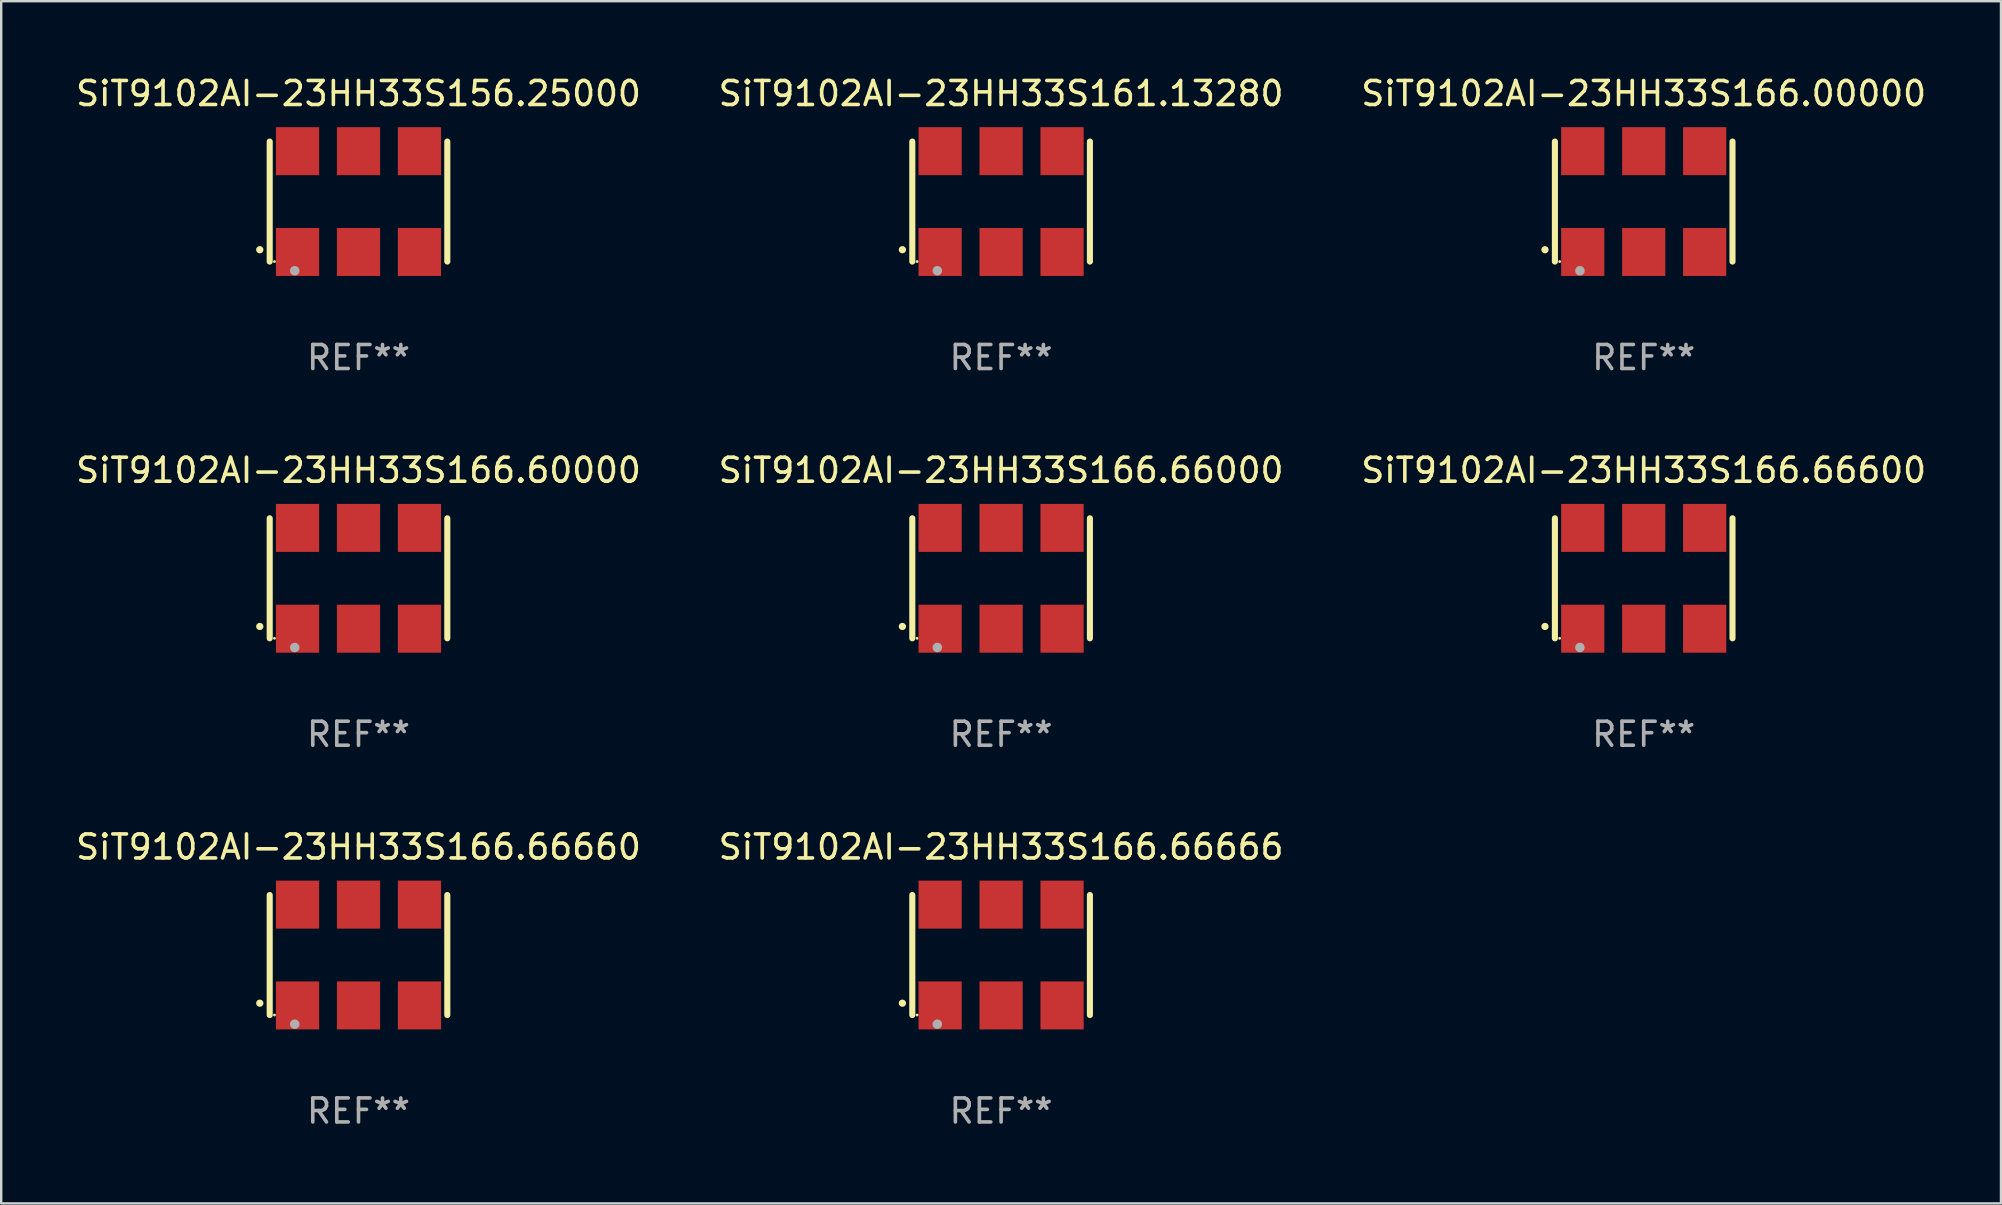
<source format=kicad_pcb>
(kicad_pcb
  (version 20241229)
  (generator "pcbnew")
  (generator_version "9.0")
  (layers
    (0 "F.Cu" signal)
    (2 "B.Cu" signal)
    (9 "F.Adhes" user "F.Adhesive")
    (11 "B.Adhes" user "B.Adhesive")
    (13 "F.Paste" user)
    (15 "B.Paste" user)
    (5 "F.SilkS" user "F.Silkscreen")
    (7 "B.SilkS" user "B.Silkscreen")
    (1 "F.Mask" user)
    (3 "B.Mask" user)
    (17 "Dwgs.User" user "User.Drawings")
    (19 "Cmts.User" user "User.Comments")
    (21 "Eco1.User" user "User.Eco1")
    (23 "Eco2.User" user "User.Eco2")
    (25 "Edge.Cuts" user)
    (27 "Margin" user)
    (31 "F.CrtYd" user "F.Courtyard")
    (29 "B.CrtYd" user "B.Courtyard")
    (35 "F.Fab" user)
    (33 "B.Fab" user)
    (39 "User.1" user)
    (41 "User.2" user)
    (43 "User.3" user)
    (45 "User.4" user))
  (footprint "SiT9102AI-23HH33S166.66600"
    (layer "F.Cu")
    (at 65.435 21.045)
    (property "Reference" "SiT9102AI-23HH33S166.66600" (at 0 -4.5 0) (layer "F.SilkS") (effects (font (size 1 1) (thickness 0.15))))
    (attr through_hole)
    (fp_line (start -3.7 -2.5) (end -3.7 2.5) (stroke (width 0.254) (type solid)) (layer "F.SilkS"))
    (fp_line (start 3.7 -2.5) (end 3.7 2.5) (stroke (width 0.254) (type solid)) (layer "F.SilkS"))
    (fp_arc (start -4.114415 2.006604) (mid -4.113145 2.006599) (end -4.111875 2.006604) (stroke (width 0.3) (type solid)) (layer "F.SilkS"))
    (fp_circle (center -3.502 2.5) (end -3.472 2.5) (stroke (width 0.06) (type solid)) (fill no) (layer "F.SilkS"))
    (fp_circle (center -2.657 2.882) (end -2.557 2.882) (stroke (width 0.2) (type solid)) (fill no) (layer "F.Fab"))
    (fp_text user "REF**" (at 0 6.5 0) (layer "F.Fab") (effects (font (size 1 1) (thickness 0.15))))
    (pad "1" smd rect (at -2.54 2.1) (size 1.8 2) (layers "F.Cu" "F.Mask" "F.Paste"))
    (pad "2" smd rect (at 0.000394 2.1) (size 1.8 2) (layers "F.Cu" "F.Mask" "F.Paste"))
    (pad "3" smd rect (at 2.54 2.1) (size 1.8 2) (layers "F.Cu" "F.Mask" "F.Paste"))
    (pad "4" smd rect (at 2.54 -2.1) (size 1.8 2) (layers "F.Cu" "F.Mask" "F.Paste"))
    (pad "5" smd rect (at 0.000394 -2.1) (size 1.8 2) (layers "F.Cu" "F.Mask" "F.Paste"))
    (pad "6" smd rect (at -2.54 -2.1) (size 1.8 2) (layers "F.Cu" "F.Mask" "F.Paste")))
  (footprint "SiT9102AI-23HH33S166.66000"
    (layer "F.Cu")
    (at 38.661 21.045)
    (property "Reference" "SiT9102AI-23HH33S166.66000" (at 0 -4.5 0) (layer "F.SilkS") (effects (font (size 1 1) (thickness 0.15))))
    (attr through_hole)
    (fp_line (start -3.7 -2.5) (end -3.7 2.5) (stroke (width 0.254) (type solid)) (layer "F.SilkS"))
    (fp_line (start 3.7 -2.5) (end 3.7 2.5) (stroke (width 0.254) (type solid)) (layer "F.SilkS"))
    (fp_arc (start -4.114415 2.006604) (mid -4.113145 2.006599) (end -4.111875 2.006604) (stroke (width 0.3) (type solid)) (layer "F.SilkS"))
    (fp_circle (center -3.502 2.5) (end -3.472 2.5) (stroke (width 0.06) (type solid)) (fill no) (layer "F.SilkS"))
    (fp_circle (center -2.657 2.882) (end -2.557 2.882) (stroke (width 0.2) (type solid)) (fill no) (layer "F.Fab"))
    (fp_text user "REF**" (at 0 6.5 0) (layer "F.Fab") (effects (font (size 1 1) (thickness 0.15))))
    (pad "1" smd rect (at -2.54 2.1) (size 1.8 2) (layers "F.Cu" "F.Mask" "F.Paste"))
    (pad "2" smd rect (at 0.000394 2.1) (size 1.8 2) (layers "F.Cu" "F.Mask" "F.Paste"))
    (pad "3" smd rect (at 2.54 2.1) (size 1.8 2) (layers "F.Cu" "F.Mask" "F.Paste"))
    (pad "4" smd rect (at 2.54 -2.1) (size 1.8 2) (layers "F.Cu" "F.Mask" "F.Paste"))
    (pad "5" smd rect (at 0.000394 -2.1) (size 1.8 2) (layers "F.Cu" "F.Mask" "F.Paste"))
    (pad "6" smd rect (at -2.54 -2.1) (size 1.8 2) (layers "F.Cu" "F.Mask" "F.Paste")))
  (footprint "SiT9102AI-23HH33S161.13280"
    (layer "F.Cu")
    (at 38.661 5.348)
    (property "Reference" "SiT9102AI-23HH33S161.13280" (at 0 -4.5 0) (layer "F.SilkS") (effects (font (size 1 1) (thickness 0.15))))
    (attr through_hole)
    (fp_line (start -3.7 -2.5) (end -3.7 2.5) (stroke (width 0.254) (type solid)) (layer "F.SilkS"))
    (fp_line (start 3.7 -2.5) (end 3.7 2.5) (stroke (width 0.254) (type solid)) (layer "F.SilkS"))
    (fp_arc (start -4.114415 2.006604) (mid -4.113145 2.006599) (end -4.111875 2.006604) (stroke (width 0.3) (type solid)) (layer "F.SilkS"))
    (fp_circle (center -3.502 2.5) (end -3.472 2.5) (stroke (width 0.06) (type solid)) (fill no) (layer "F.SilkS"))
    (fp_circle (center -2.657 2.882) (end -2.557 2.882) (stroke (width 0.2) (type solid)) (fill no) (layer "F.Fab"))
    (fp_text user "REF**" (at 0 6.5 0) (layer "F.Fab") (effects (font (size 1 1) (thickness 0.15))))
    (pad "1" smd rect (at -2.54 2.1) (size 1.8 2) (layers "F.Cu" "F.Mask" "F.Paste"))
    (pad "2" smd rect (at 0.000394 2.1) (size 1.8 2) (layers "F.Cu" "F.Mask" "F.Paste"))
    (pad "3" smd rect (at 2.54 2.1) (size 1.8 2) (layers "F.Cu" "F.Mask" "F.Paste"))
    (pad "4" smd rect (at 2.54 -2.1) (size 1.8 2) (layers "F.Cu" "F.Mask" "F.Paste"))
    (pad "5" smd rect (at 0.000394 -2.1) (size 1.8 2) (layers "F.Cu" "F.Mask" "F.Paste"))
    (pad "6" smd rect (at -2.54 -2.1) (size 1.8 2) (layers "F.Cu" "F.Mask" "F.Paste")))
  (footprint "SiT9102AI-23HH33S166.00000"
    (layer "F.Cu")
    (at 65.435 5.348)
    (property "Reference" "SiT9102AI-23HH33S166.00000" (at 0 -4.5 0) (layer "F.SilkS") (effects (font (size 1 1) (thickness 0.15))))
    (attr through_hole)
    (fp_line (start -3.7 -2.5) (end -3.7 2.5) (stroke (width 0.254) (type solid)) (layer "F.SilkS"))
    (fp_line (start 3.7 -2.5) (end 3.7 2.5) (stroke (width 0.254) (type solid)) (layer "F.SilkS"))
    (fp_arc (start -4.114415 2.006604) (mid -4.113145 2.006599) (end -4.111875 2.006604) (stroke (width 0.3) (type solid)) (layer "F.SilkS"))
    (fp_circle (center -3.502 2.5) (end -3.472 2.5) (stroke (width 0.06) (type solid)) (fill no) (layer "F.SilkS"))
    (fp_circle (center -2.657 2.882) (end -2.557 2.882) (stroke (width 0.2) (type solid)) (fill no) (layer "F.Fab"))
    (fp_text user "REF**" (at 0 6.5 0) (layer "F.Fab") (effects (font (size 1 1) (thickness 0.15))))
    (pad "1" smd rect (at -2.54 2.1) (size 1.8 2) (layers "F.Cu" "F.Mask" "F.Paste"))
    (pad "2" smd rect (at 0.000394 2.1) (size 1.8 2) (layers "F.Cu" "F.Mask" "F.Paste"))
    (pad "3" smd rect (at 2.54 2.1) (size 1.8 2) (layers "F.Cu" "F.Mask" "F.Paste"))
    (pad "4" smd rect (at 2.54 -2.1) (size 1.8 2) (layers "F.Cu" "F.Mask" "F.Paste"))
    (pad "5" smd rect (at 0.000394 -2.1) (size 1.8 2) (layers "F.Cu" "F.Mask" "F.Paste"))
    (pad "6" smd rect (at -2.54 -2.1) (size 1.8 2) (layers "F.Cu" "F.Mask" "F.Paste")))
  (footprint "SiT9102AI-23HH33S166.66666"
    (layer "F.Cu")
    (at 38.661 36.741)
    (property "Reference" "SiT9102AI-23HH33S166.66666" (at 0 -4.5 0) (layer "F.SilkS") (effects (font (size 1 1) (thickness 0.15))))
    (attr through_hole)
    (fp_line (start -3.7 -2.5) (end -3.7 2.5) (stroke (width 0.254) (type solid)) (layer "F.SilkS"))
    (fp_line (start 3.7 -2.5) (end 3.7 2.5) (stroke (width 0.254) (type solid)) (layer "F.SilkS"))
    (fp_arc (start -4.114415 2.006604) (mid -4.113145 2.006599) (end -4.111875 2.006604) (stroke (width 0.3) (type solid)) (layer "F.SilkS"))
    (fp_circle (center -3.502 2.5) (end -3.472 2.5) (stroke (width 0.06) (type solid)) (fill no) (layer "F.SilkS"))
    (fp_circle (center -2.657 2.882) (end -2.557 2.882) (stroke (width 0.2) (type solid)) (fill no) (layer "F.Fab"))
    (fp_text user "REF**" (at 0 6.5 0) (layer "F.Fab") (effects (font (size 1 1) (thickness 0.15))))
    (pad "1" smd rect (at -2.54 2.1) (size 1.8 2) (layers "F.Cu" "F.Mask" "F.Paste"))
    (pad "2" smd rect (at 0.000394 2.1) (size 1.8 2) (layers "F.Cu" "F.Mask" "F.Paste"))
    (pad "3" smd rect (at 2.54 2.1) (size 1.8 2) (layers "F.Cu" "F.Mask" "F.Paste"))
    (pad "4" smd rect (at 2.54 -2.1) (size 1.8 2) (layers "F.Cu" "F.Mask" "F.Paste"))
    (pad "5" smd rect (at 0.000394 -2.1) (size 1.8 2) (layers "F.Cu" "F.Mask" "F.Paste"))
    (pad "6" smd rect (at -2.54 -2.1) (size 1.8 2) (layers "F.Cu" "F.Mask" "F.Paste")))
  (footprint "SiT9102AI-23HH33S166.66660"
    (layer "F.Cu")
    (at 11.887 36.741)
    (property "Reference" "SiT9102AI-23HH33S166.66660" (at 0 -4.5 0) (layer "F.SilkS") (effects (font (size 1 1) (thickness 0.15))))
    (attr through_hole)
    (fp_line (start -3.7 -2.5) (end -3.7 2.5) (stroke (width 0.254) (type solid)) (layer "F.SilkS"))
    (fp_line (start 3.7 -2.5) (end 3.7 2.5) (stroke (width 0.254) (type solid)) (layer "F.SilkS"))
    (fp_arc (start -4.114415 2.006604) (mid -4.113145 2.006599) (end -4.111875 2.006604) (stroke (width 0.3) (type solid)) (layer "F.SilkS"))
    (fp_circle (center -3.502 2.5) (end -3.472 2.5) (stroke (width 0.06) (type solid)) (fill no) (layer "F.SilkS"))
    (fp_circle (center -2.657 2.882) (end -2.557 2.882) (stroke (width 0.2) (type solid)) (fill no) (layer "F.Fab"))
    (fp_text user "REF**" (at 0 6.5 0) (layer "F.Fab") (effects (font (size 1 1) (thickness 0.15))))
    (pad "1" smd rect (at -2.54 2.1) (size 1.8 2) (layers "F.Cu" "F.Mask" "F.Paste"))
    (pad "2" smd rect (at 0.000394 2.1) (size 1.8 2) (layers "F.Cu" "F.Mask" "F.Paste"))
    (pad "3" smd rect (at 2.54 2.1) (size 1.8 2) (layers "F.Cu" "F.Mask" "F.Paste"))
    (pad "4" smd rect (at 2.54 -2.1) (size 1.8 2) (layers "F.Cu" "F.Mask" "F.Paste"))
    (pad "5" smd rect (at 0.000394 -2.1) (size 1.8 2) (layers "F.Cu" "F.Mask" "F.Paste"))
    (pad "6" smd rect (at -2.54 -2.1) (size 1.8 2) (layers "F.Cu" "F.Mask" "F.Paste")))
  (footprint "SiT9102AI-23HH33S166.60000"
    (layer "F.Cu")
    (at 11.887 21.045)
    (property "Reference" "SiT9102AI-23HH33S166.60000" (at 0 -4.5 0) (layer "F.SilkS") (effects (font (size 1 1) (thickness 0.15))))
    (attr through_hole)
    (fp_line (start -3.7 -2.5) (end -3.7 2.5) (stroke (width 0.254) (type solid)) (layer "F.SilkS"))
    (fp_line (start 3.7 -2.5) (end 3.7 2.5) (stroke (width 0.254) (type solid)) (layer "F.SilkS"))
    (fp_arc (start -4.114415 2.006604) (mid -4.113145 2.006599) (end -4.111875 2.006604) (stroke (width 0.3) (type solid)) (layer "F.SilkS"))
    (fp_circle (center -3.502 2.5) (end -3.472 2.5) (stroke (width 0.06) (type solid)) (fill no) (layer "F.SilkS"))
    (fp_circle (center -2.657 2.882) (end -2.557 2.882) (stroke (width 0.2) (type solid)) (fill no) (layer "F.Fab"))
    (fp_text user "REF**" (at 0 6.5 0) (layer "F.Fab") (effects (font (size 1 1) (thickness 0.15))))
    (pad "1" smd rect (at -2.54 2.1) (size 1.8 2) (layers "F.Cu" "F.Mask" "F.Paste"))
    (pad "2" smd rect (at 0.000394 2.1) (size 1.8 2) (layers "F.Cu" "F.Mask" "F.Paste"))
    (pad "3" smd rect (at 2.54 2.1) (size 1.8 2) (layers "F.Cu" "F.Mask" "F.Paste"))
    (pad "4" smd rect (at 2.54 -2.1) (size 1.8 2) (layers "F.Cu" "F.Mask" "F.Paste"))
    (pad "5" smd rect (at 0.000394 -2.1) (size 1.8 2) (layers "F.Cu" "F.Mask" "F.Paste"))
    (pad "6" smd rect (at -2.54 -2.1) (size 1.8 2) (layers "F.Cu" "F.Mask" "F.Paste")))
  (footprint "SiT9102AI-23HH33S156.25000"
    (layer "F.Cu")
    (at 11.887 5.348)
    (property "Reference" "SiT9102AI-23HH33S156.25000" (at 0 -4.5 0) (layer "F.SilkS") (effects (font (size 1 1) (thickness 0.15))))
    (attr through_hole)
    (fp_line (start -3.7 -2.5) (end -3.7 2.5) (stroke (width 0.254) (type solid)) (layer "F.SilkS"))
    (fp_line (start 3.7 -2.5) (end 3.7 2.5) (stroke (width 0.254) (type solid)) (layer "F.SilkS"))
    (fp_arc (start -4.114415 2.006604) (mid -4.113145 2.006599) (end -4.111875 2.006604) (stroke (width 0.3) (type solid)) (layer "F.SilkS"))
    (fp_circle (center -3.502 2.5) (end -3.472 2.5) (stroke (width 0.06) (type solid)) (fill no) (layer "F.SilkS"))
    (fp_circle (center -2.657 2.882) (end -2.557 2.882) (stroke (width 0.2) (type solid)) (fill no) (layer "F.Fab"))
    (fp_text user "REF**" (at 0 6.5 0) (layer "F.Fab") (effects (font (size 1 1) (thickness 0.15))))
    (pad "1" smd rect (at -2.54 2.1) (size 1.8 2) (layers "F.Cu" "F.Mask" "F.Paste"))
    (pad "2" smd rect (at 0.000394 2.1) (size 1.8 2) (layers "F.Cu" "F.Mask" "F.Paste"))
    (pad "3" smd rect (at 2.54 2.1) (size 1.8 2) (layers "F.Cu" "F.Mask" "F.Paste"))
    (pad "4" smd rect (at 2.54 -2.1) (size 1.8 2) (layers "F.Cu" "F.Mask" "F.Paste"))
    (pad "5" smd rect (at 0.000394 -2.1) (size 1.8 2) (layers "F.Cu" "F.Mask" "F.Paste"))
    (pad "6" smd rect (at -2.54 -2.1) (size 1.8 2) (layers "F.Cu" "F.Mask" "F.Paste")))
  (gr_rect
    (start -3 -3)
    (end 80.321 47.09)
    (stroke (width 0.1) (type default))
    (fill no)
    (layer "Edge.Cuts")))
</source>
